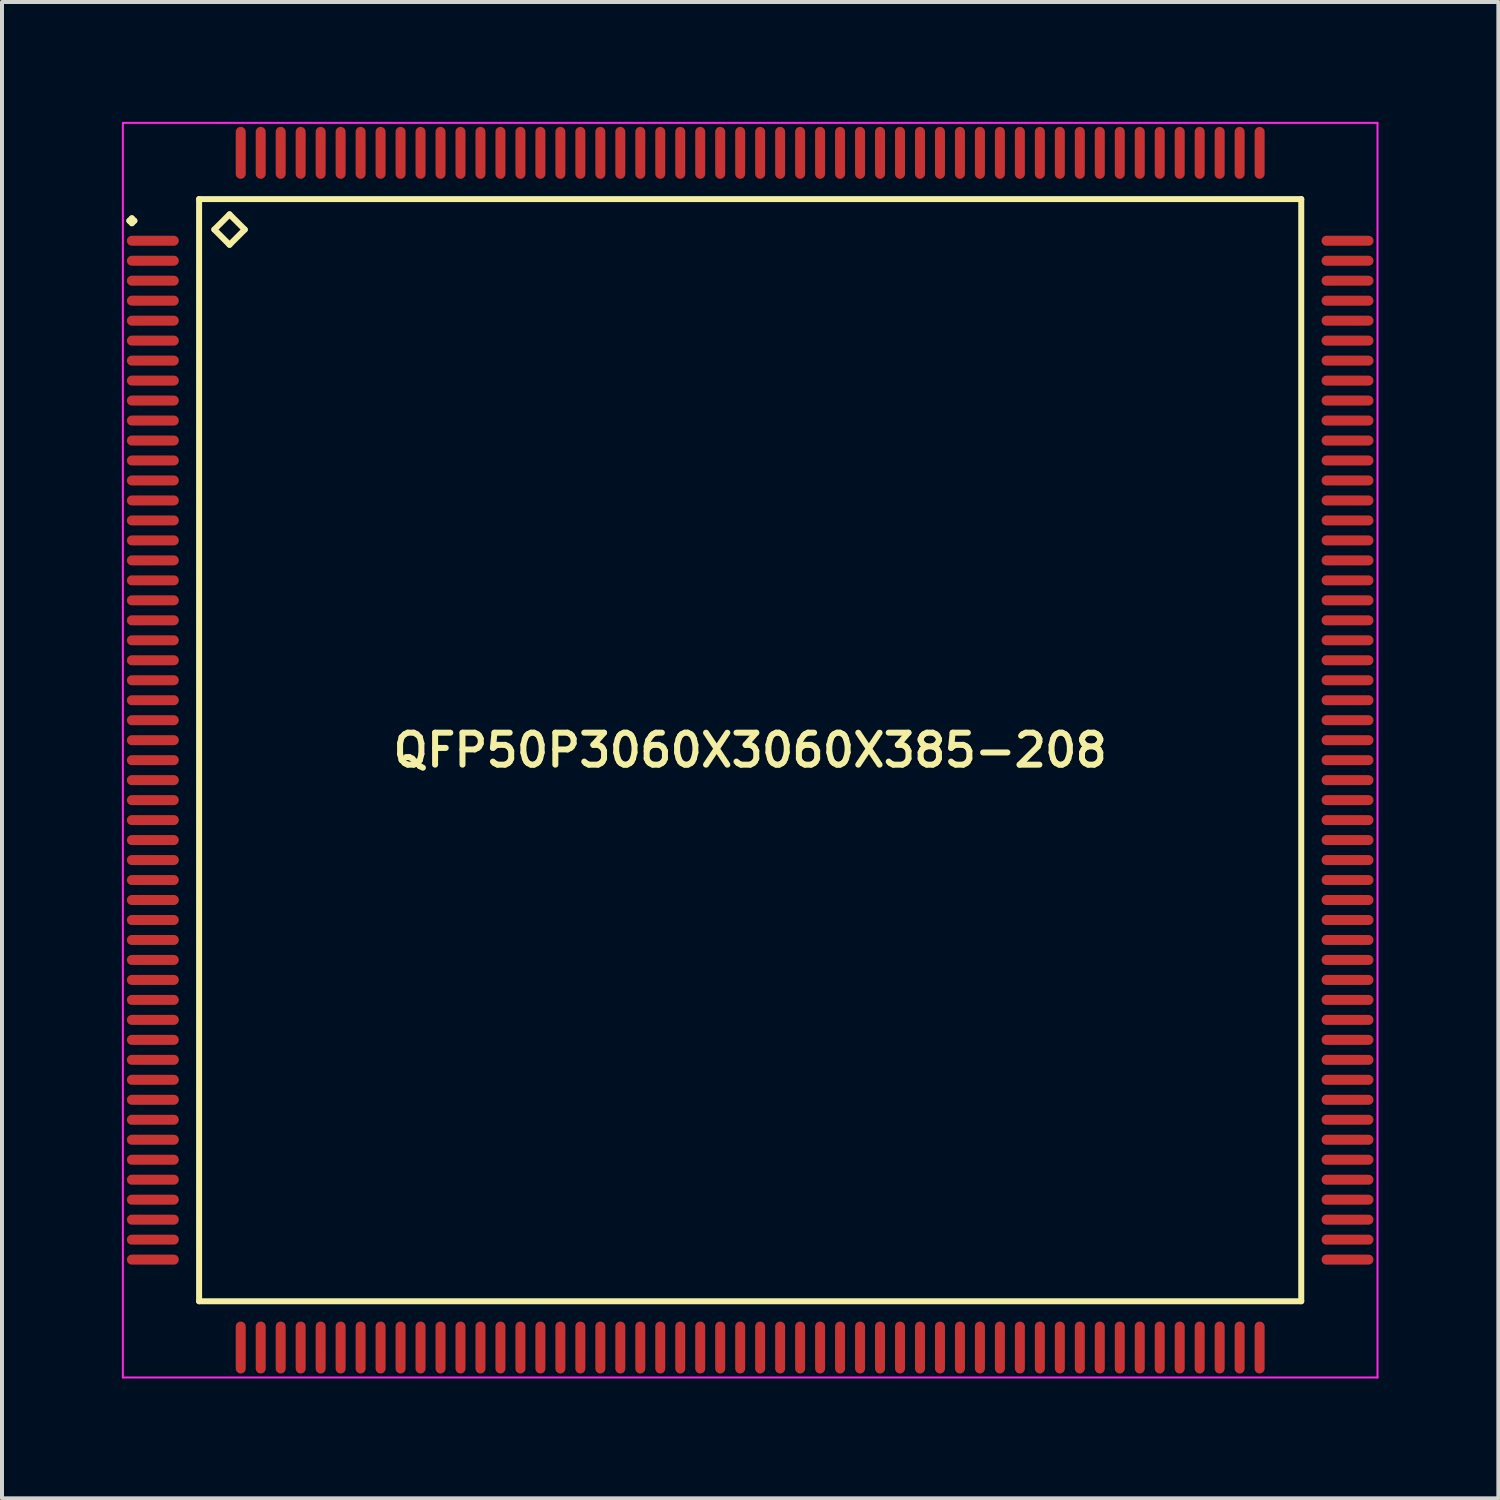
<source format=kicad_pcb>
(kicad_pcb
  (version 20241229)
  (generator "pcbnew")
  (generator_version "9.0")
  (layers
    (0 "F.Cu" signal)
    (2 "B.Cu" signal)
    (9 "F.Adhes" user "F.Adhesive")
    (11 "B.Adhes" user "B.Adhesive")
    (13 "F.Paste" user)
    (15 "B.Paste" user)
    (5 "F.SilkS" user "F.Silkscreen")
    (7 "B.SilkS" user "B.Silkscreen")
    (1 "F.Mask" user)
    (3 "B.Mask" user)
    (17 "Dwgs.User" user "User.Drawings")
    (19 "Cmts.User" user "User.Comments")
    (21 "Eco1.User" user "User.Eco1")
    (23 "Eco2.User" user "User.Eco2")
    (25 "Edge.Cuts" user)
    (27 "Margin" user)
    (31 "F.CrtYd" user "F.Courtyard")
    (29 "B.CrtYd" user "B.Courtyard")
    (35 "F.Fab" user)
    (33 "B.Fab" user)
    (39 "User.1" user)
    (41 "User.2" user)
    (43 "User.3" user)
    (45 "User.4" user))
  (footprint "QFP50P3060X3060X385-208"
    (layer "F.Cu")
    (at 15.725 15.725)
    (property "Reference" "QFP50P3060X3060X385-208" (at 0 0 0) (layer "F.SilkS") (effects (font (size 0.8 0.8) (thickness 0.15))))
    (attr smd)
    (fp_line (start -15.537 -13.25) (end -15.475 -13.312) (stroke (width 0.15) (type solid)) (layer "F.SilkS"))
    (fp_line (start -15.475 -13.312) (end -15.412 -13.25) (stroke (width 0.15) (type solid)) (layer "F.SilkS"))
    (fp_line (start -15.475 -13.188) (end -15.537 -13.25) (stroke (width 0.15) (type solid)) (layer "F.SilkS"))
    (fp_line (start -15.412 -13.25) (end -15.475 -13.188) (stroke (width 0.15) (type solid)) (layer "F.SilkS"))
    (fp_line (start -13.792 -13.792) (end -13.792 13.792) (stroke (width 0.15) (type solid)) (layer "F.SilkS"))
    (fp_line (start -13.792 13.792) (end 13.792 13.792) (stroke (width 0.15) (type solid)) (layer "F.SilkS"))
    (fp_line (start -13.411 -13.03) (end -13.03 -13.411) (stroke (width 0.15) (type solid)) (layer "F.SilkS"))
    (fp_line (start -13.03 -13.411) (end -12.649 -13.03) (stroke (width 0.15) (type solid)) (layer "F.SilkS"))
    (fp_line (start -13.03 -12.649) (end -13.411 -13.03) (stroke (width 0.15) (type solid)) (layer "F.SilkS"))
    (fp_line (start -12.649 -13.03) (end -13.03 -12.649) (stroke (width 0.15) (type solid)) (layer "F.SilkS"))
    (fp_line (start 13.792 -13.792) (end -13.792 -13.792) (stroke (width 0.15) (type solid)) (layer "F.SilkS"))
    (fp_line (start 13.792 13.792) (end 13.792 -13.792) (stroke (width 0.15) (type solid)) (layer "F.SilkS"))
    (fp_line (start -15.7 -15.7) (end 15.7 -15.7) (stroke (width 0.05) (type solid)) (layer "F.CrtYd"))
    (fp_line (start -15.7 15.7) (end -15.7 -15.7) (stroke (width 0.05) (type solid)) (layer "F.CrtYd"))
    (fp_line (start 15.7 -15.7) (end 15.7 15.7) (stroke (width 0.05) (type solid)) (layer "F.CrtYd"))
    (fp_line (start 15.7 15.7) (end -15.7 15.7) (stroke (width 0.05) (type solid)) (layer "F.CrtYd"))
    (pad "1" smd oval (at -14.95 -12.75) (size 1.3 0.25) (layers "F.Cu" "F.Mask" "F.Paste"))
    (pad "2" smd oval (at -14.95 -12.25) (size 1.3 0.25) (layers "F.Cu" "F.Mask" "F.Paste"))
    (pad "3" smd oval (at -14.95 -11.75) (size 1.3 0.25) (layers "F.Cu" "F.Mask" "F.Paste"))
    (pad "4" smd oval (at -14.95 -11.25) (size 1.3 0.25) (layers "F.Cu" "F.Mask" "F.Paste"))
    (pad "5" smd oval (at -14.95 -10.75) (size 1.3 0.25) (layers "F.Cu" "F.Mask" "F.Paste"))
    (pad "6" smd oval (at -14.95 -10.25) (size 1.3 0.25) (layers "F.Cu" "F.Mask" "F.Paste"))
    (pad "7" smd oval (at -14.95 -9.75) (size 1.3 0.25) (layers "F.Cu" "F.Mask" "F.Paste"))
    (pad "8" smd oval (at -14.95 -9.25) (size 1.3 0.25) (layers "F.Cu" "F.Mask" "F.Paste"))
    (pad "9" smd oval (at -14.95 -8.75) (size 1.3 0.25) (layers "F.Cu" "F.Mask" "F.Paste"))
    (pad "10" smd oval (at -14.95 -8.25) (size 1.3 0.25) (layers "F.Cu" "F.Mask" "F.Paste"))
    (pad "11" smd oval (at -14.95 -7.75) (size 1.3 0.25) (layers "F.Cu" "F.Mask" "F.Paste"))
    (pad "12" smd oval (at -14.95 -7.25) (size 1.3 0.25) (layers "F.Cu" "F.Mask" "F.Paste"))
    (pad "13" smd oval (at -14.95 -6.75) (size 1.3 0.25) (layers "F.Cu" "F.Mask" "F.Paste"))
    (pad "14" smd oval (at -14.95 -6.25) (size 1.3 0.25) (layers "F.Cu" "F.Mask" "F.Paste"))
    (pad "15" smd oval (at -14.95 -5.75) (size 1.3 0.25) (layers "F.Cu" "F.Mask" "F.Paste"))
    (pad "16" smd oval (at -14.95 -5.25) (size 1.3 0.25) (layers "F.Cu" "F.Mask" "F.Paste"))
    (pad "17" smd oval (at -14.95 -4.75) (size 1.3 0.25) (layers "F.Cu" "F.Mask" "F.Paste"))
    (pad "18" smd oval (at -14.95 -4.25) (size 1.3 0.25) (layers "F.Cu" "F.Mask" "F.Paste"))
    (pad "19" smd oval (at -14.95 -3.75) (size 1.3 0.25) (layers "F.Cu" "F.Mask" "F.Paste"))
    (pad "20" smd oval (at -14.95 -3.25) (size 1.3 0.25) (layers "F.Cu" "F.Mask" "F.Paste"))
    (pad "21" smd oval (at -14.95 -2.75) (size 1.3 0.25) (layers "F.Cu" "F.Mask" "F.Paste"))
    (pad "22" smd oval (at -14.95 -2.25) (size 1.3 0.25) (layers "F.Cu" "F.Mask" "F.Paste"))
    (pad "23" smd oval (at -14.95 -1.75) (size 1.3 0.25) (layers "F.Cu" "F.Mask" "F.Paste"))
    (pad "24" smd oval (at -14.95 -1.25) (size 1.3 0.25) (layers "F.Cu" "F.Mask" "F.Paste"))
    (pad "25" smd oval (at -14.95 -0.75) (size 1.3 0.25) (layers "F.Cu" "F.Mask" "F.Paste"))
    (pad "26" smd oval (at -14.95 -0.25) (size 1.3 0.25) (layers "F.Cu" "F.Mask" "F.Paste"))
    (pad "27" smd oval (at -14.95 0.25) (size 1.3 0.25) (layers "F.Cu" "F.Mask" "F.Paste"))
    (pad "28" smd oval (at -14.95 0.75) (size 1.3 0.25) (layers "F.Cu" "F.Mask" "F.Paste"))
    (pad "29" smd oval (at -14.95 1.25) (size 1.3 0.25) (layers "F.Cu" "F.Mask" "F.Paste"))
    (pad "30" smd oval (at -14.95 1.75) (size 1.3 0.25) (layers "F.Cu" "F.Mask" "F.Paste"))
    (pad "31" smd oval (at -14.95 2.25) (size 1.3 0.25) (layers "F.Cu" "F.Mask" "F.Paste"))
    (pad "32" smd oval (at -14.95 2.75) (size 1.3 0.25) (layers "F.Cu" "F.Mask" "F.Paste"))
    (pad "33" smd oval (at -14.95 3.25) (size 1.3 0.25) (layers "F.Cu" "F.Mask" "F.Paste"))
    (pad "34" smd oval (at -14.95 3.75) (size 1.3 0.25) (layers "F.Cu" "F.Mask" "F.Paste"))
    (pad "35" smd oval (at -14.95 4.25) (size 1.3 0.25) (layers "F.Cu" "F.Mask" "F.Paste"))
    (pad "36" smd oval (at -14.95 4.75) (size 1.3 0.25) (layers "F.Cu" "F.Mask" "F.Paste"))
    (pad "37" smd oval (at -14.95 5.25) (size 1.3 0.25) (layers "F.Cu" "F.Mask" "F.Paste"))
    (pad "38" smd oval (at -14.95 5.75) (size 1.3 0.25) (layers "F.Cu" "F.Mask" "F.Paste"))
    (pad "39" smd oval (at -14.95 6.25) (size 1.3 0.25) (layers "F.Cu" "F.Mask" "F.Paste"))
    (pad "40" smd oval (at -14.95 6.75) (size 1.3 0.25) (layers "F.Cu" "F.Mask" "F.Paste"))
    (pad "41" smd oval (at -14.95 7.25) (size 1.3 0.25) (layers "F.Cu" "F.Mask" "F.Paste"))
    (pad "42" smd oval (at -14.95 7.75) (size 1.3 0.25) (layers "F.Cu" "F.Mask" "F.Paste"))
    (pad "43" smd oval (at -14.95 8.25) (size 1.3 0.25) (layers "F.Cu" "F.Mask" "F.Paste"))
    (pad "44" smd oval (at -14.95 8.75) (size 1.3 0.25) (layers "F.Cu" "F.Mask" "F.Paste"))
    (pad "45" smd oval (at -14.95 9.25) (size 1.3 0.25) (layers "F.Cu" "F.Mask" "F.Paste"))
    (pad "46" smd oval (at -14.95 9.75) (size 1.3 0.25) (layers "F.Cu" "F.Mask" "F.Paste"))
    (pad "47" smd oval (at -14.95 10.25) (size 1.3 0.25) (layers "F.Cu" "F.Mask" "F.Paste"))
    (pad "48" smd oval (at -14.95 10.75) (size 1.3 0.25) (layers "F.Cu" "F.Mask" "F.Paste"))
    (pad "49" smd oval (at -14.95 11.25) (size 1.3 0.25) (layers "F.Cu" "F.Mask" "F.Paste"))
    (pad "50" smd oval (at -14.95 11.75) (size 1.3 0.25) (layers "F.Cu" "F.Mask" "F.Paste"))
    (pad "51" smd oval (at -14.95 12.25) (size 1.3 0.25) (layers "F.Cu" "F.Mask" "F.Paste"))
    (pad "52" smd oval (at -14.95 12.75) (size 1.3 0.25) (layers "F.Cu" "F.Mask" "F.Paste"))
    (pad "53" smd oval (at -12.75 14.95) (size 0.25 1.3) (layers "F.Cu" "F.Mask" "F.Paste"))
    (pad "54" smd oval (at -12.25 14.95) (size 0.25 1.3) (layers "F.Cu" "F.Mask" "F.Paste"))
    (pad "55" smd oval (at -11.75 14.95) (size 0.25 1.3) (layers "F.Cu" "F.Mask" "F.Paste"))
    (pad "56" smd oval (at -11.25 14.95) (size 0.25 1.3) (layers "F.Cu" "F.Mask" "F.Paste"))
    (pad "57" smd oval (at -10.75 14.95) (size 0.25 1.3) (layers "F.Cu" "F.Mask" "F.Paste"))
    (pad "58" smd oval (at -10.25 14.95) (size 0.25 1.3) (layers "F.Cu" "F.Mask" "F.Paste"))
    (pad "59" smd oval (at -9.75 14.95) (size 0.25 1.3) (layers "F.Cu" "F.Mask" "F.Paste"))
    (pad "60" smd oval (at -9.25 14.95) (size 0.25 1.3) (layers "F.Cu" "F.Mask" "F.Paste"))
    (pad "61" smd oval (at -8.75 14.95) (size 0.25 1.3) (layers "F.Cu" "F.Mask" "F.Paste"))
    (pad "62" smd oval (at -8.25 14.95) (size 0.25 1.3) (layers "F.Cu" "F.Mask" "F.Paste"))
    (pad "63" smd oval (at -7.75 14.95) (size 0.25 1.3) (layers "F.Cu" "F.Mask" "F.Paste"))
    (pad "64" smd oval (at -7.25 14.95) (size 0.25 1.3) (layers "F.Cu" "F.Mask" "F.Paste"))
    (pad "65" smd oval (at -6.75 14.95) (size 0.25 1.3) (layers "F.Cu" "F.Mask" "F.Paste"))
    (pad "66" smd oval (at -6.25 14.95) (size 0.25 1.3) (layers "F.Cu" "F.Mask" "F.Paste"))
    (pad "67" smd oval (at -5.75 14.95) (size 0.25 1.3) (layers "F.Cu" "F.Mask" "F.Paste"))
    (pad "68" smd oval (at -5.25 14.95) (size 0.25 1.3) (layers "F.Cu" "F.Mask" "F.Paste"))
    (pad "69" smd oval (at -4.75 14.95) (size 0.25 1.3) (layers "F.Cu" "F.Mask" "F.Paste"))
    (pad "70" smd oval (at -4.25 14.95) (size 0.25 1.3) (layers "F.Cu" "F.Mask" "F.Paste"))
    (pad "71" smd oval (at -3.75 14.95) (size 0.25 1.3) (layers "F.Cu" "F.Mask" "F.Paste"))
    (pad "72" smd oval (at -3.25 14.95) (size 0.25 1.3) (layers "F.Cu" "F.Mask" "F.Paste"))
    (pad "73" smd oval (at -2.75 14.95) (size 0.25 1.3) (layers "F.Cu" "F.Mask" "F.Paste"))
    (pad "74" smd oval (at -2.25 14.95) (size 0.25 1.3) (layers "F.Cu" "F.Mask" "F.Paste"))
    (pad "75" smd oval (at -1.75 14.95) (size 0.25 1.3) (layers "F.Cu" "F.Mask" "F.Paste"))
    (pad "76" smd oval (at -1.25 14.95) (size 0.25 1.3) (layers "F.Cu" "F.Mask" "F.Paste"))
    (pad "77" smd oval (at -0.75 14.95) (size 0.25 1.3) (layers "F.Cu" "F.Mask" "F.Paste"))
    (pad "78" smd oval (at -0.25 14.95) (size 0.25 1.3) (layers "F.Cu" "F.Mask" "F.Paste"))
    (pad "79" smd oval (at 0.25 14.95) (size 0.25 1.3) (layers "F.Cu" "F.Mask" "F.Paste"))
    (pad "80" smd oval (at 0.75 14.95) (size 0.25 1.3) (layers "F.Cu" "F.Mask" "F.Paste"))
    (pad "81" smd oval (at 1.25 14.95) (size 0.25 1.3) (layers "F.Cu" "F.Mask" "F.Paste"))
    (pad "82" smd oval (at 1.75 14.95) (size 0.25 1.3) (layers "F.Cu" "F.Mask" "F.Paste"))
    (pad "83" smd oval (at 2.25 14.95) (size 0.25 1.3) (layers "F.Cu" "F.Mask" "F.Paste"))
    (pad "84" smd oval (at 2.75 14.95) (size 0.25 1.3) (layers "F.Cu" "F.Mask" "F.Paste"))
    (pad "85" smd oval (at 3.25 14.95) (size 0.25 1.3) (layers "F.Cu" "F.Mask" "F.Paste"))
    (pad "86" smd oval (at 3.75 14.95) (size 0.25 1.3) (layers "F.Cu" "F.Mask" "F.Paste"))
    (pad "87" smd oval (at 4.25 14.95) (size 0.25 1.3) (layers "F.Cu" "F.Mask" "F.Paste"))
    (pad "88" smd oval (at 4.75 14.95) (size 0.25 1.3) (layers "F.Cu" "F.Mask" "F.Paste"))
    (pad "89" smd oval (at 5.25 14.95) (size 0.25 1.3) (layers "F.Cu" "F.Mask" "F.Paste"))
    (pad "90" smd oval (at 5.75 14.95) (size 0.25 1.3) (layers "F.Cu" "F.Mask" "F.Paste"))
    (pad "91" smd oval (at 6.25 14.95) (size 0.25 1.3) (layers "F.Cu" "F.Mask" "F.Paste"))
    (pad "92" smd oval (at 6.75 14.95) (size 0.25 1.3) (layers "F.Cu" "F.Mask" "F.Paste"))
    (pad "93" smd oval (at 7.25 14.95) (size 0.25 1.3) (layers "F.Cu" "F.Mask" "F.Paste"))
    (pad "94" smd oval (at 7.75 14.95) (size 0.25 1.3) (layers "F.Cu" "F.Mask" "F.Paste"))
    (pad "95" smd oval (at 8.25 14.95) (size 0.25 1.3) (layers "F.Cu" "F.Mask" "F.Paste"))
    (pad "96" smd oval (at 8.75 14.95) (size 0.25 1.3) (layers "F.Cu" "F.Mask" "F.Paste"))
    (pad "97" smd oval (at 9.25 14.95) (size 0.25 1.3) (layers "F.Cu" "F.Mask" "F.Paste"))
    (pad "98" smd oval (at 9.75 14.95) (size 0.25 1.3) (layers "F.Cu" "F.Mask" "F.Paste"))
    (pad "99" smd oval (at 10.25 14.95) (size 0.25 1.3) (layers "F.Cu" "F.Mask" "F.Paste"))
    (pad "100" smd oval (at 10.75 14.95) (size 0.25 1.3) (layers "F.Cu" "F.Mask" "F.Paste"))
    (pad "101" smd oval (at 11.25 14.95) (size 0.25 1.3) (layers "F.Cu" "F.Mask" "F.Paste"))
    (pad "102" smd oval (at 11.75 14.95) (size 0.25 1.3) (layers "F.Cu" "F.Mask" "F.Paste"))
    (pad "103" smd oval (at 12.25 14.95) (size 0.25 1.3) (layers "F.Cu" "F.Mask" "F.Paste"))
    (pad "104" smd oval (at 12.75 14.95) (size 0.25 1.3) (layers "F.Cu" "F.Mask" "F.Paste"))
    (pad "105" smd oval (at 14.95 12.75) (size 1.3 0.25) (layers "F.Cu" "F.Mask" "F.Paste"))
    (pad "106" smd oval (at 14.95 12.25) (size 1.3 0.25) (layers "F.Cu" "F.Mask" "F.Paste"))
    (pad "107" smd oval (at 14.95 11.75) (size 1.3 0.25) (layers "F.Cu" "F.Mask" "F.Paste"))
    (pad "108" smd oval (at 14.95 11.25) (size 1.3 0.25) (layers "F.Cu" "F.Mask" "F.Paste"))
    (pad "109" smd oval (at 14.95 10.75) (size 1.3 0.25) (layers "F.Cu" "F.Mask" "F.Paste"))
    (pad "110" smd oval (at 14.95 10.25) (size 1.3 0.25) (layers "F.Cu" "F.Mask" "F.Paste"))
    (pad "111" smd oval (at 14.95 9.75) (size 1.3 0.25) (layers "F.Cu" "F.Mask" "F.Paste"))
    (pad "112" smd oval (at 14.95 9.25) (size 1.3 0.25) (layers "F.Cu" "F.Mask" "F.Paste"))
    (pad "113" smd oval (at 14.95 8.75) (size 1.3 0.25) (layers "F.Cu" "F.Mask" "F.Paste"))
    (pad "114" smd oval (at 14.95 8.25) (size 1.3 0.25) (layers "F.Cu" "F.Mask" "F.Paste"))
    (pad "115" smd oval (at 14.95 7.75) (size 1.3 0.25) (layers "F.Cu" "F.Mask" "F.Paste"))
    (pad "116" smd oval (at 14.95 7.25) (size 1.3 0.25) (layers "F.Cu" "F.Mask" "F.Paste"))
    (pad "117" smd oval (at 14.95 6.75) (size 1.3 0.25) (layers "F.Cu" "F.Mask" "F.Paste"))
    (pad "118" smd oval (at 14.95 6.25) (size 1.3 0.25) (layers "F.Cu" "F.Mask" "F.Paste"))
    (pad "119" smd oval (at 14.95 5.75) (size 1.3 0.25) (layers "F.Cu" "F.Mask" "F.Paste"))
    (pad "120" smd oval (at 14.95 5.25) (size 1.3 0.25) (layers "F.Cu" "F.Mask" "F.Paste"))
    (pad "121" smd oval (at 14.95 4.75) (size 1.3 0.25) (layers "F.Cu" "F.Mask" "F.Paste"))
    (pad "122" smd oval (at 14.95 4.25) (size 1.3 0.25) (layers "F.Cu" "F.Mask" "F.Paste"))
    (pad "123" smd oval (at 14.95 3.75) (size 1.3 0.25) (layers "F.Cu" "F.Mask" "F.Paste"))
    (pad "124" smd oval (at 14.95 3.25) (size 1.3 0.25) (layers "F.Cu" "F.Mask" "F.Paste"))
    (pad "125" smd oval (at 14.95 2.75) (size 1.3 0.25) (layers "F.Cu" "F.Mask" "F.Paste"))
    (pad "126" smd oval (at 14.95 2.25) (size 1.3 0.25) (layers "F.Cu" "F.Mask" "F.Paste"))
    (pad "127" smd oval (at 14.95 1.75) (size 1.3 0.25) (layers "F.Cu" "F.Mask" "F.Paste"))
    (pad "128" smd oval (at 14.95 1.25) (size 1.3 0.25) (layers "F.Cu" "F.Mask" "F.Paste"))
    (pad "129" smd oval (at 14.95 0.75) (size 1.3 0.25) (layers "F.Cu" "F.Mask" "F.Paste"))
    (pad "130" smd oval (at 14.95 0.25) (size 1.3 0.25) (layers "F.Cu" "F.Mask" "F.Paste"))
    (pad "131" smd oval (at 14.95 -0.25) (size 1.3 0.25) (layers "F.Cu" "F.Mask" "F.Paste"))
    (pad "132" smd oval (at 14.95 -0.75) (size 1.3 0.25) (layers "F.Cu" "F.Mask" "F.Paste"))
    (pad "133" smd oval (at 14.95 -1.25) (size 1.3 0.25) (layers "F.Cu" "F.Mask" "F.Paste"))
    (pad "134" smd oval (at 14.95 -1.75) (size 1.3 0.25) (layers "F.Cu" "F.Mask" "F.Paste"))
    (pad "135" smd oval (at 14.95 -2.25) (size 1.3 0.25) (layers "F.Cu" "F.Mask" "F.Paste"))
    (pad "136" smd oval (at 14.95 -2.75) (size 1.3 0.25) (layers "F.Cu" "F.Mask" "F.Paste"))
    (pad "137" smd oval (at 14.95 -3.25) (size 1.3 0.25) (layers "F.Cu" "F.Mask" "F.Paste"))
    (pad "138" smd oval (at 14.95 -3.75) (size 1.3 0.25) (layers "F.Cu" "F.Mask" "F.Paste"))
    (pad "139" smd oval (at 14.95 -4.25) (size 1.3 0.25) (layers "F.Cu" "F.Mask" "F.Paste"))
    (pad "140" smd oval (at 14.95 -4.75) (size 1.3 0.25) (layers "F.Cu" "F.Mask" "F.Paste"))
    (pad "141" smd oval (at 14.95 -5.25) (size 1.3 0.25) (layers "F.Cu" "F.Mask" "F.Paste"))
    (pad "142" smd oval (at 14.95 -5.75) (size 1.3 0.25) (layers "F.Cu" "F.Mask" "F.Paste"))
    (pad "143" smd oval (at 14.95 -6.25) (size 1.3 0.25) (layers "F.Cu" "F.Mask" "F.Paste"))
    (pad "144" smd oval (at 14.95 -6.75) (size 1.3 0.25) (layers "F.Cu" "F.Mask" "F.Paste"))
    (pad "145" smd oval (at 14.95 -7.25) (size 1.3 0.25) (layers "F.Cu" "F.Mask" "F.Paste"))
    (pad "146" smd oval (at 14.95 -7.75) (size 1.3 0.25) (layers "F.Cu" "F.Mask" "F.Paste"))
    (pad "147" smd oval (at 14.95 -8.25) (size 1.3 0.25) (layers "F.Cu" "F.Mask" "F.Paste"))
    (pad "148" smd oval (at 14.95 -8.75) (size 1.3 0.25) (layers "F.Cu" "F.Mask" "F.Paste"))
    (pad "149" smd oval (at 14.95 -9.25) (size 1.3 0.25) (layers "F.Cu" "F.Mask" "F.Paste"))
    (pad "150" smd oval (at 14.95 -9.75) (size 1.3 0.25) (layers "F.Cu" "F.Mask" "F.Paste"))
    (pad "151" smd oval (at 14.95 -10.25) (size 1.3 0.25) (layers "F.Cu" "F.Mask" "F.Paste"))
    (pad "152" smd oval (at 14.95 -10.75) (size 1.3 0.25) (layers "F.Cu" "F.Mask" "F.Paste"))
    (pad "153" smd oval (at 14.95 -11.25) (size 1.3 0.25) (layers "F.Cu" "F.Mask" "F.Paste"))
    (pad "154" smd oval (at 14.95 -11.75) (size 1.3 0.25) (layers "F.Cu" "F.Mask" "F.Paste"))
    (pad "155" smd oval (at 14.95 -12.25) (size 1.3 0.25) (layers "F.Cu" "F.Mask" "F.Paste"))
    (pad "156" smd oval (at 14.95 -12.75) (size 1.3 0.25) (layers "F.Cu" "F.Mask" "F.Paste"))
    (pad "157" smd oval (at 12.75 -14.95) (size 0.25 1.3) (layers "F.Cu" "F.Mask" "F.Paste"))
    (pad "158" smd oval (at 12.25 -14.95) (size 0.25 1.3) (layers "F.Cu" "F.Mask" "F.Paste"))
    (pad "159" smd oval (at 11.75 -14.95) (size 0.25 1.3) (layers "F.Cu" "F.Mask" "F.Paste"))
    (pad "160" smd oval (at 11.25 -14.95) (size 0.25 1.3) (layers "F.Cu" "F.Mask" "F.Paste"))
    (pad "161" smd oval (at 10.75 -14.95) (size 0.25 1.3) (layers "F.Cu" "F.Mask" "F.Paste"))
    (pad "162" smd oval (at 10.25 -14.95) (size 0.25 1.3) (layers "F.Cu" "F.Mask" "F.Paste"))
    (pad "163" smd oval (at 9.75 -14.95) (size 0.25 1.3) (layers "F.Cu" "F.Mask" "F.Paste"))
    (pad "164" smd oval (at 9.25 -14.95) (size 0.25 1.3) (layers "F.Cu" "F.Mask" "F.Paste"))
    (pad "165" smd oval (at 8.75 -14.95) (size 0.25 1.3) (layers "F.Cu" "F.Mask" "F.Paste"))
    (pad "166" smd oval (at 8.25 -14.95) (size 0.25 1.3) (layers "F.Cu" "F.Mask" "F.Paste"))
    (pad "167" smd oval (at 7.75 -14.95) (size 0.25 1.3) (layers "F.Cu" "F.Mask" "F.Paste"))
    (pad "168" smd oval (at 7.25 -14.95) (size 0.25 1.3) (layers "F.Cu" "F.Mask" "F.Paste"))
    (pad "169" smd oval (at 6.75 -14.95) (size 0.25 1.3) (layers "F.Cu" "F.Mask" "F.Paste"))
    (pad "170" smd oval (at 6.25 -14.95) (size 0.25 1.3) (layers "F.Cu" "F.Mask" "F.Paste"))
    (pad "171" smd oval (at 5.75 -14.95) (size 0.25 1.3) (layers "F.Cu" "F.Mask" "F.Paste"))
    (pad "172" smd oval (at 5.25 -14.95) (size 0.25 1.3) (layers "F.Cu" "F.Mask" "F.Paste"))
    (pad "173" smd oval (at 4.75 -14.95) (size 0.25 1.3) (layers "F.Cu" "F.Mask" "F.Paste"))
    (pad "174" smd oval (at 4.25 -14.95) (size 0.25 1.3) (layers "F.Cu" "F.Mask" "F.Paste"))
    (pad "175" smd oval (at 3.75 -14.95) (size 0.25 1.3) (layers "F.Cu" "F.Mask" "F.Paste"))
    (pad "176" smd oval (at 3.25 -14.95) (size 0.25 1.3) (layers "F.Cu" "F.Mask" "F.Paste"))
    (pad "177" smd oval (at 2.75 -14.95) (size 0.25 1.3) (layers "F.Cu" "F.Mask" "F.Paste"))
    (pad "178" smd oval (at 2.25 -14.95) (size 0.25 1.3) (layers "F.Cu" "F.Mask" "F.Paste"))
    (pad "179" smd oval (at 1.75 -14.95) (size 0.25 1.3) (layers "F.Cu" "F.Mask" "F.Paste"))
    (pad "180" smd oval (at 1.25 -14.95) (size 0.25 1.3) (layers "F.Cu" "F.Mask" "F.Paste"))
    (pad "181" smd oval (at 0.75 -14.95) (size 0.25 1.3) (layers "F.Cu" "F.Mask" "F.Paste"))
    (pad "182" smd oval (at 0.25 -14.95) (size 0.25 1.3) (layers "F.Cu" "F.Mask" "F.Paste"))
    (pad "183" smd oval (at -0.25 -14.95) (size 0.25 1.3) (layers "F.Cu" "F.Mask" "F.Paste"))
    (pad "184" smd oval (at -0.75 -14.95) (size 0.25 1.3) (layers "F.Cu" "F.Mask" "F.Paste"))
    (pad "185" smd oval (at -1.25 -14.95) (size 0.25 1.3) (layers "F.Cu" "F.Mask" "F.Paste"))
    (pad "186" smd oval (at -1.75 -14.95) (size 0.25 1.3) (layers "F.Cu" "F.Mask" "F.Paste"))
    (pad "187" smd oval (at -2.25 -14.95) (size 0.25 1.3) (layers "F.Cu" "F.Mask" "F.Paste"))
    (pad "188" smd oval (at -2.75 -14.95) (size 0.25 1.3) (layers "F.Cu" "F.Mask" "F.Paste"))
    (pad "189" smd oval (at -3.25 -14.95) (size 0.25 1.3) (layers "F.Cu" "F.Mask" "F.Paste"))
    (pad "190" smd oval (at -3.75 -14.95) (size 0.25 1.3) (layers "F.Cu" "F.Mask" "F.Paste"))
    (pad "191" smd oval (at -4.25 -14.95) (size 0.25 1.3) (layers "F.Cu" "F.Mask" "F.Paste"))
    (pad "192" smd oval (at -4.75 -14.95) (size 0.25 1.3) (layers "F.Cu" "F.Mask" "F.Paste"))
    (pad "193" smd oval (at -5.25 -14.95) (size 0.25 1.3) (layers "F.Cu" "F.Mask" "F.Paste"))
    (pad "194" smd oval (at -5.75 -14.95) (size 0.25 1.3) (layers "F.Cu" "F.Mask" "F.Paste"))
    (pad "195" smd oval (at -6.25 -14.95) (size 0.25 1.3) (layers "F.Cu" "F.Mask" "F.Paste"))
    (pad "196" smd oval (at -6.75 -14.95) (size 0.25 1.3) (layers "F.Cu" "F.Mask" "F.Paste"))
    (pad "197" smd oval (at -7.25 -14.95) (size 0.25 1.3) (layers "F.Cu" "F.Mask" "F.Paste"))
    (pad "198" smd oval (at -7.75 -14.95) (size 0.25 1.3) (layers "F.Cu" "F.Mask" "F.Paste"))
    (pad "199" smd oval (at -8.25 -14.95) (size 0.25 1.3) (layers "F.Cu" "F.Mask" "F.Paste"))
    (pad "200" smd oval (at -8.75 -14.95) (size 0.25 1.3) (layers "F.Cu" "F.Mask" "F.Paste"))
    (pad "201" smd oval (at -9.25 -14.95) (size 0.25 1.3) (layers "F.Cu" "F.Mask" "F.Paste"))
    (pad "202" smd oval (at -9.75 -14.95) (size 0.25 1.3) (layers "F.Cu" "F.Mask" "F.Paste"))
    (pad "203" smd oval (at -10.25 -14.95) (size 0.25 1.3) (layers "F.Cu" "F.Mask" "F.Paste"))
    (pad "204" smd oval (at -10.75 -14.95) (size 0.25 1.3) (layers "F.Cu" "F.Mask" "F.Paste"))
    (pad "205" smd oval (at -11.25 -14.95) (size 0.25 1.3) (layers "F.Cu" "F.Mask" "F.Paste"))
    (pad "206" smd oval (at -11.75 -14.95) (size 0.25 1.3) (layers "F.Cu" "F.Mask" "F.Paste"))
    (pad "207" smd oval (at -12.25 -14.95) (size 0.25 1.3) (layers "F.Cu" "F.Mask" "F.Paste"))
    (pad "208" smd oval (at -12.75 -14.95) (size 0.25 1.3) (layers "F.Cu" "F.Mask" "F.Paste")))
  (gr_rect
    (start -3 -3)
    (end 34.45 34.45)
    (stroke (width 0.1) (type default))
    (fill no)
    (layer "Edge.Cuts")))
</source>
